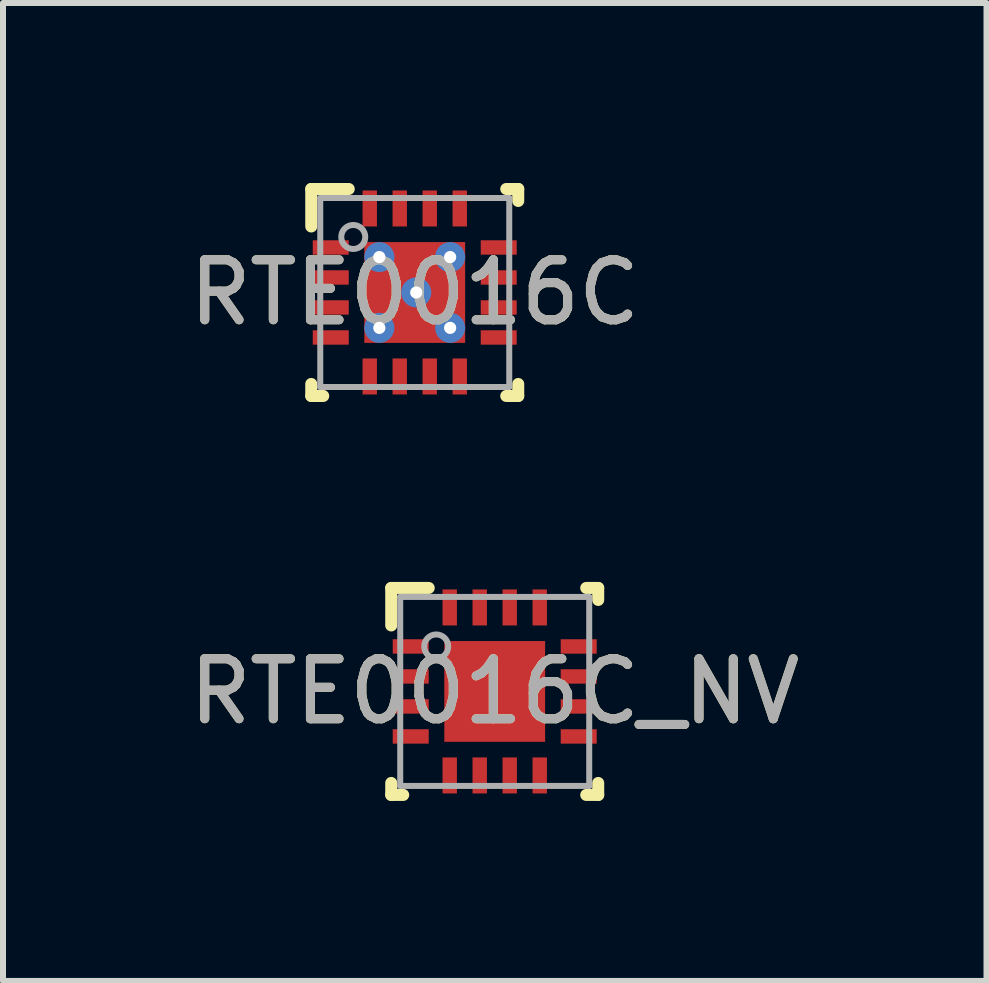
<source format=kicad_pcb>
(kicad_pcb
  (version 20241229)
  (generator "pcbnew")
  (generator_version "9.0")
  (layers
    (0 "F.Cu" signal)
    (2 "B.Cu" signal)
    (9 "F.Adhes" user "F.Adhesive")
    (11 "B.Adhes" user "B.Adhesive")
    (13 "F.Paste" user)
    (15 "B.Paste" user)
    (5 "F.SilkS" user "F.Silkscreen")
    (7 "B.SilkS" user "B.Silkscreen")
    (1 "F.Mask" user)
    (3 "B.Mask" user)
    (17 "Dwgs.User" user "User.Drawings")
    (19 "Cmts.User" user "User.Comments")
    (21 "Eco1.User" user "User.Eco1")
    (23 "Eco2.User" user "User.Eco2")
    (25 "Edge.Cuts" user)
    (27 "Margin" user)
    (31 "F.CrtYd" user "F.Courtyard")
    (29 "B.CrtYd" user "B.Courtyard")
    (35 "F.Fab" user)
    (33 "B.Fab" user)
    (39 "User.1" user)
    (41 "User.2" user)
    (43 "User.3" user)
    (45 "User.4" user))
  (footprint "RTE0016C"
    (layer "F.Cu")
    (at 3.863 1.825)
    (property "Reference" "RTE0016C" (at 0 0 0) (unlocked yes) (layer "F.SilkS") (effects (font (size 1 1) (thickness 0.15))))
    (attr smd)
    (fp_line (start -1.725 -1.725) (end -1.1 -1.725) (stroke (width 0.2) (type solid)) (layer "F.SilkS"))
    (fp_line (start -1.725 -1.1) (end -1.725 -1.725) (stroke (width 0.2) (type solid)) (layer "F.SilkS"))
    (fp_line (start -1.725 1.725) (end -1.725 1.525) (stroke (width 0.2) (type solid)) (layer "F.SilkS"))
    (fp_line (start -1.725 1.725) (end -1.525 1.725) (stroke (width 0.2) (type solid)) (layer "F.SilkS"))
    (fp_line (start 1.525 -1.725) (end 1.725 -1.725) (stroke (width 0.2) (type solid)) (layer "F.SilkS"))
    (fp_line (start 1.525 1.725) (end 1.725 1.725) (stroke (width 0.2) (type solid)) (layer "F.SilkS"))
    (fp_line (start 1.725 -1.525) (end 1.725 -1.725) (stroke (width 0.2) (type solid)) (layer "F.SilkS"))
    (fp_line (start 1.725 1.725) (end 1.725 1.525) (stroke (width 0.2) (type solid)) (layer "F.SilkS"))
    (fp_poly (pts (xy -0.775 0.728) (xy -0.775 -0.729) (xy -0.774 -0.738) (xy -0.771 -0.746) (xy -0.767 -0.754) (xy -0.761 -0.761) (xy -0.754 -0.767) (xy -0.746 -0.771) (xy -0.738 -0.774) (xy -0.729 -0.775) (xy 0.729 -0.775) (xy 0.738 -0.774) (xy 0.746 -0.771) (xy 0.754 -0.767) (xy 0.761 -0.761) (xy 0.767 -0.754) (xy 0.771 -0.746) (xy 0.774 -0.738) (xy 0.775 -0.729) (xy 0.775 0.728) (xy 0.774 0.738) (xy 0.771 0.746) (xy 0.767 0.754) (xy 0.761 0.761) (xy 0.754 0.767) (xy 0.746 0.771) (xy 0.738 0.774) (xy 0.729 0.775) (xy -0.729 0.775) (xy -0.738 0.774) (xy -0.746 0.771) (xy -0.754 0.767) (xy -0.761 0.761) (xy -0.767 0.754) (xy -0.771 0.746) (xy -0.774 0.738)) (stroke (width 0) (type solid)) (fill yes) (layer "F.Paste"))
    (fp_line (start -1.575 -1.575) (end 1.575 -1.575) (stroke (width 0.1) (type solid)) (layer "F.Fab"))
    (fp_line (start -1.575 1.575) (end -1.575 -1.575) (stroke (width 0.1) (type solid)) (layer "F.Fab"))
    (fp_line (start -1.575 1.575) (end 1.575 1.575) (stroke (width 0.1) (type solid)) (layer "F.Fab"))
    (fp_line (start 1.575 1.575) (end 1.575 -1.575) (stroke (width 0.1) (type solid)) (layer "F.Fab"))
    (fp_circle (center -1.025 -0.925) (end -0.825 -0.925) (stroke (width 0.1) (type solid)) (fill no) (layer "F.Fab"))
    (fp_text user "${REFERENCE}" (at 0 0 0) (unlocked yes) (layer "F.Fab") (effects (font (size 1 1) (thickness 0.15))))
    (pad "1" smd rect (at -1.4 -0.75 90) (size 0.24 0.6) (layers "F.Cu" "F.Mask" "F.Paste"))
    (pad "2" smd rect (at -1.4 -0.25 90) (size 0.24 0.6) (layers "F.Cu" "F.Mask" "F.Paste"))
    (pad "3" smd rect (at -1.4 0.25 90) (size 0.24 0.6) (layers "F.Cu" "F.Mask" "F.Paste"))
    (pad "4" smd rect (at -1.4 0.75 90) (size 0.24 0.6) (layers "F.Cu" "F.Mask" "F.Paste"))
    (pad "5" smd rect (at -0.75 1.4) (size 0.24 0.6) (layers "F.Cu" "F.Mask" "F.Paste"))
    (pad "6" smd rect (at -0.25 1.4) (size 0.24 0.6) (layers "F.Cu" "F.Mask" "F.Paste"))
    (pad "7" smd rect (at 0.25 1.4) (size 0.24 0.6) (layers "F.Cu" "F.Mask" "F.Paste"))
    (pad "8" smd rect (at 0.75 1.4) (size 0.24 0.6) (layers "F.Cu" "F.Mask" "F.Paste"))
    (pad "9" smd rect (at 1.4 0.75 90) (size 0.24 0.6) (layers "F.Cu" "F.Mask" "F.Paste"))
    (pad "10" smd rect (at 1.4 0.25 90) (size 0.24 0.6) (layers "F.Cu" "F.Mask" "F.Paste"))
    (pad "11" smd rect (at 1.4 -0.25 90) (size 0.24 0.6) (layers "F.Cu" "F.Mask" "F.Paste"))
    (pad "12" smd rect (at 1.4 -0.75 90) (size 0.24 0.6) (layers "F.Cu" "F.Mask" "F.Paste"))
    (pad "13" smd rect (at 0.75 -1.4) (size 0.24 0.6) (layers "F.Cu" "F.Mask" "F.Paste"))
    (pad "14" smd rect (at 0.25 -1.4) (size 0.24 0.6) (layers "F.Cu" "F.Mask" "F.Paste"))
    (pad "15" smd rect (at -0.25 -1.4) (size 0.24 0.6) (layers "F.Cu" "F.Mask" "F.Paste"))
    (pad "16" smd rect (at -0.75 -1.4) (size 0.24 0.6) (layers "F.Cu" "F.Mask" "F.Paste"))
    (pad "17" smd rect (at 0.000003 -0.000003) (size 1.68 1.68) (layers "F.Cu" "F.Mask"))
    (pad "18" thru_hole circle (at 0.59 -0.59) (size 0.5 0.5) (drill 0.203) (layers "*.Cu" "*.Mask"))
    (pad "19" thru_hole circle (at 0.59 0.59) (size 0.5 0.5) (drill 0.203) (layers "*.Cu" "*.Mask"))
    (pad "20" thru_hole circle (at -0.59 0.59) (size 0.5 0.5) (drill 0.203) (layers "*.Cu" "*.Mask"))
    (pad "21" thru_hole circle (at -0.59 -0.59) (size 0.5 0.5) (drill 0.203) (layers "*.Cu" "*.Mask"))
    (pad "22" thru_hole circle (at 0.025 -0.000003) (size 0.5 0.5) (drill 0.203) (layers "*.Cu" "*.Mask")))
  (footprint "RTE0016C_NV"
    (layer "F.Cu")
    (at 5.196 8.475)
    (property "Reference" "RTE0016C_NV" (at 0 0 0) (unlocked yes) (layer "F.SilkS") (effects (font (size 1 1) (thickness 0.15))))
    (attr smd)
    (fp_line (start -1.725 -1.725) (end -1.1 -1.725) (stroke (width 0.2) (type solid)) (layer "F.SilkS"))
    (fp_line (start -1.725 -1.1) (end -1.725 -1.725) (stroke (width 0.2) (type solid)) (layer "F.SilkS"))
    (fp_line (start -1.725 1.725) (end -1.725 1.525) (stroke (width 0.2) (type solid)) (layer "F.SilkS"))
    (fp_line (start -1.725 1.725) (end -1.525 1.725) (stroke (width 0.2) (type solid)) (layer "F.SilkS"))
    (fp_line (start 1.525 -1.725) (end 1.725 -1.725) (stroke (width 0.2) (type solid)) (layer "F.SilkS"))
    (fp_line (start 1.525 1.725) (end 1.725 1.725) (stroke (width 0.2) (type solid)) (layer "F.SilkS"))
    (fp_line (start 1.725 -1.525) (end 1.725 -1.725) (stroke (width 0.2) (type solid)) (layer "F.SilkS"))
    (fp_line (start 1.725 1.725) (end 1.725 1.525) (stroke (width 0.2) (type solid)) (layer "F.SilkS"))
    (fp_poly (pts (xy -0.775 0.729) (xy -0.775 -0.729) (xy -0.774 -0.738) (xy -0.771 -0.746) (xy -0.767 -0.754) (xy -0.761 -0.761) (xy -0.754 -0.767) (xy -0.746 -0.771) (xy -0.738 -0.774) (xy -0.729 -0.775) (xy 0.729 -0.775) (xy 0.738 -0.774) (xy 0.746 -0.771) (xy 0.754 -0.767) (xy 0.761 -0.761) (xy 0.767 -0.754) (xy 0.771 -0.746) (xy 0.774 -0.738) (xy 0.775 -0.729) (xy 0.775 0.729) (xy 0.774 0.738) (xy 0.771 0.746) (xy 0.767 0.754) (xy 0.761 0.761) (xy 0.754 0.767) (xy 0.746 0.771) (xy 0.738 0.774) (xy 0.729 0.775) (xy -0.729 0.775) (xy -0.738 0.774) (xy -0.746 0.771) (xy -0.754 0.767) (xy -0.761 0.761) (xy -0.767 0.754) (xy -0.771 0.746) (xy -0.774 0.738)) (stroke (width 0) (type solid)) (fill yes) (layer "F.Paste"))
    (fp_line (start -1.575 -1.575) (end 1.575 -1.575) (stroke (width 0.1) (type solid)) (layer "F.Fab"))
    (fp_line (start -1.575 1.575) (end -1.575 -1.575) (stroke (width 0.1) (type solid)) (layer "F.Fab"))
    (fp_line (start -1.575 1.575) (end 1.575 1.575) (stroke (width 0.1) (type solid)) (layer "F.Fab"))
    (fp_line (start 1.575 1.575) (end 1.575 -1.575) (stroke (width 0.1) (type solid)) (layer "F.Fab"))
    (fp_circle (center -0.975 -0.75) (end -0.775 -0.75) (stroke (width 0.1) (type solid)) (fill no) (layer "F.Fab"))
    (fp_text user "${REFERENCE}" (at 0 0 0) (unlocked yes) (layer "F.Fab") (effects (font (size 1 1) (thickness 0.15))))
    (pad "1" smd rect (at -1.4 -0.75 90) (size 0.24 0.6) (layers "F.Cu" "F.Mask" "F.Paste"))
    (pad "2" smd rect (at -1.4 -0.25 90) (size 0.24 0.6) (layers "F.Cu" "F.Mask" "F.Paste"))
    (pad "3" smd rect (at -1.4 0.25 90) (size 0.24 0.6) (layers "F.Cu" "F.Mask" "F.Paste"))
    (pad "4" smd rect (at -1.4 0.75 90) (size 0.24 0.6) (layers "F.Cu" "F.Mask" "F.Paste"))
    (pad "5" smd rect (at -0.75 1.4) (size 0.24 0.6) (layers "F.Cu" "F.Mask" "F.Paste"))
    (pad "6" smd rect (at -0.25 1.4) (size 0.24 0.6) (layers "F.Cu" "F.Mask" "F.Paste"))
    (pad "7" smd rect (at 0.25 1.4) (size 0.24 0.6) (layers "F.Cu" "F.Mask" "F.Paste"))
    (pad "8" smd rect (at 0.75 1.4) (size 0.24 0.6) (layers "F.Cu" "F.Mask" "F.Paste"))
    (pad "9" smd rect (at 1.4 0.75 90) (size 0.24 0.6) (layers "F.Cu" "F.Mask" "F.Paste"))
    (pad "10" smd rect (at 1.4 0.25 90) (size 0.24 0.6) (layers "F.Cu" "F.Mask" "F.Paste"))
    (pad "11" smd rect (at 1.4 -0.25 90) (size 0.24 0.6) (layers "F.Cu" "F.Mask" "F.Paste"))
    (pad "12" smd rect (at 1.4 -0.75 90) (size 0.24 0.6) (layers "F.Cu" "F.Mask" "F.Paste"))
    (pad "13" smd rect (at 0.75 -1.4) (size 0.24 0.6) (layers "F.Cu" "F.Mask" "F.Paste"))
    (pad "14" smd rect (at 0.25 -1.4) (size 0.24 0.6) (layers "F.Cu" "F.Mask" "F.Paste"))
    (pad "15" smd rect (at -0.25 -1.4) (size 0.24 0.6) (layers "F.Cu" "F.Mask" "F.Paste"))
    (pad "16" smd rect (at -0.75 -1.4) (size 0.24 0.6) (layers "F.Cu" "F.Mask" "F.Paste"))
    (pad "17" smd rect (at 0.000003 0) (size 1.68 1.68) (layers "F.Cu" "F.Mask")))
  (gr_rect
    (start -3 -3)
    (end 13.393 13.3)
    (stroke (width 0.1) (type default))
    (fill no)
    (layer "Edge.Cuts")))
</source>
